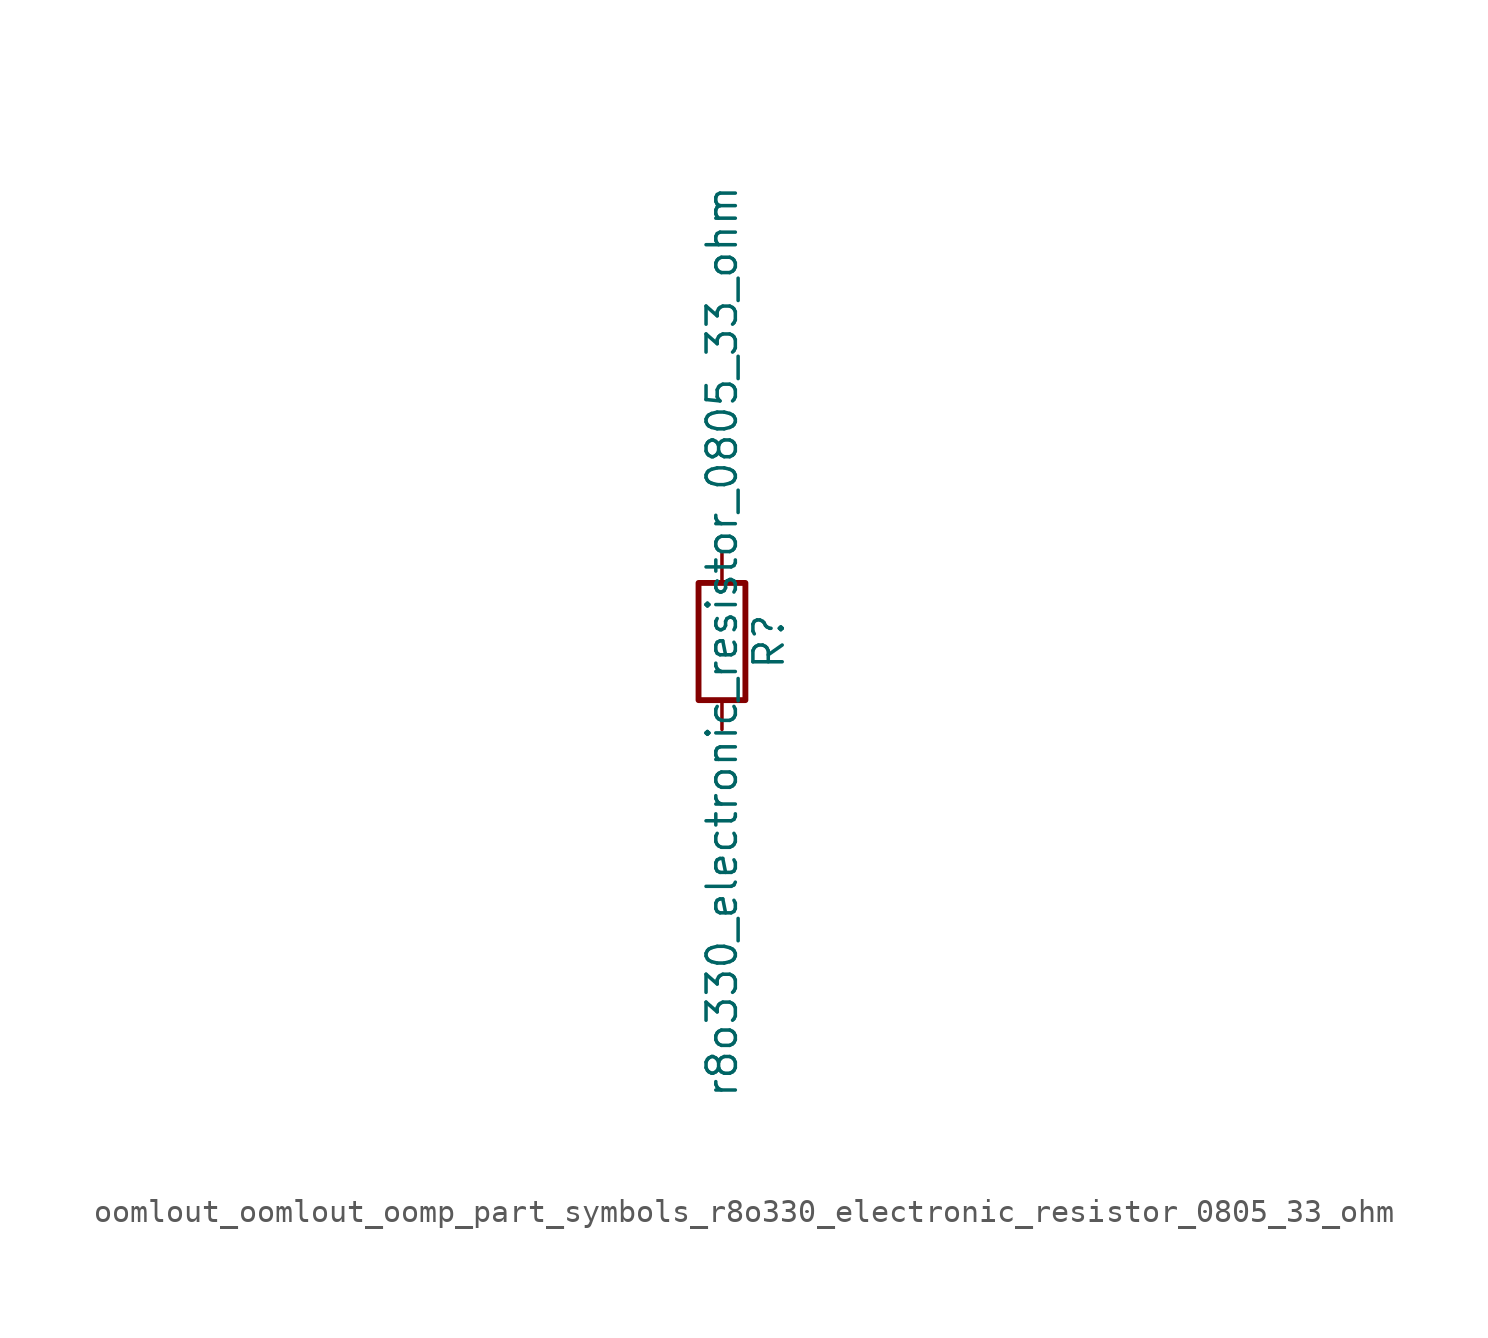
<source format=kicad_sym>
(kicad_symbol_lib
  (version 20220914)
  (generator kicad_symbol_editor)
  (symbol "oomlout_oomlout_oomp_part_symbols_r8o330_electronic_resistor_0805_33_ohm"
    (pin_numbers hide)
    (pin_names
      (offset 0))
    (property "Reference" "R"
      (at 2.032 0 90)
      (effects (font (size 1.27 1.27))))
    (property "Value" "r8o330_electronic_resistor_0805_33_ohm"
      (at 0 0 90)
      (effects (font (size 1.27 1.27))))
    (symbol "oomlout_oomlout_oomp_part_symbols_r8o330_electronic_resistor_0805_33_ohm_0_1"
      (rectangle (start -1.016 -2.54) (end 1.016 2.54) (stroke (width 0.254) (type default)) (fill (type none))))
    (symbol "oomlout_oomlout_oomp_part_symbols_r8o330_electronic_resistor_0805_33_ohm_1_1"
      (pin passive line (at 0 3.81 270) (length 1.27) (name "~" (effects (font (size 1.27 1.27)))) (number "1" (effects (font (size 1.27 1.27)))))
      (pin passive line (at 0 -3.81 90) (length 1.27) (name "~" (effects (font (size 1.27 1.27)))) (number "2" (effects (font (size 1.27 1.27))))))))
</source>
